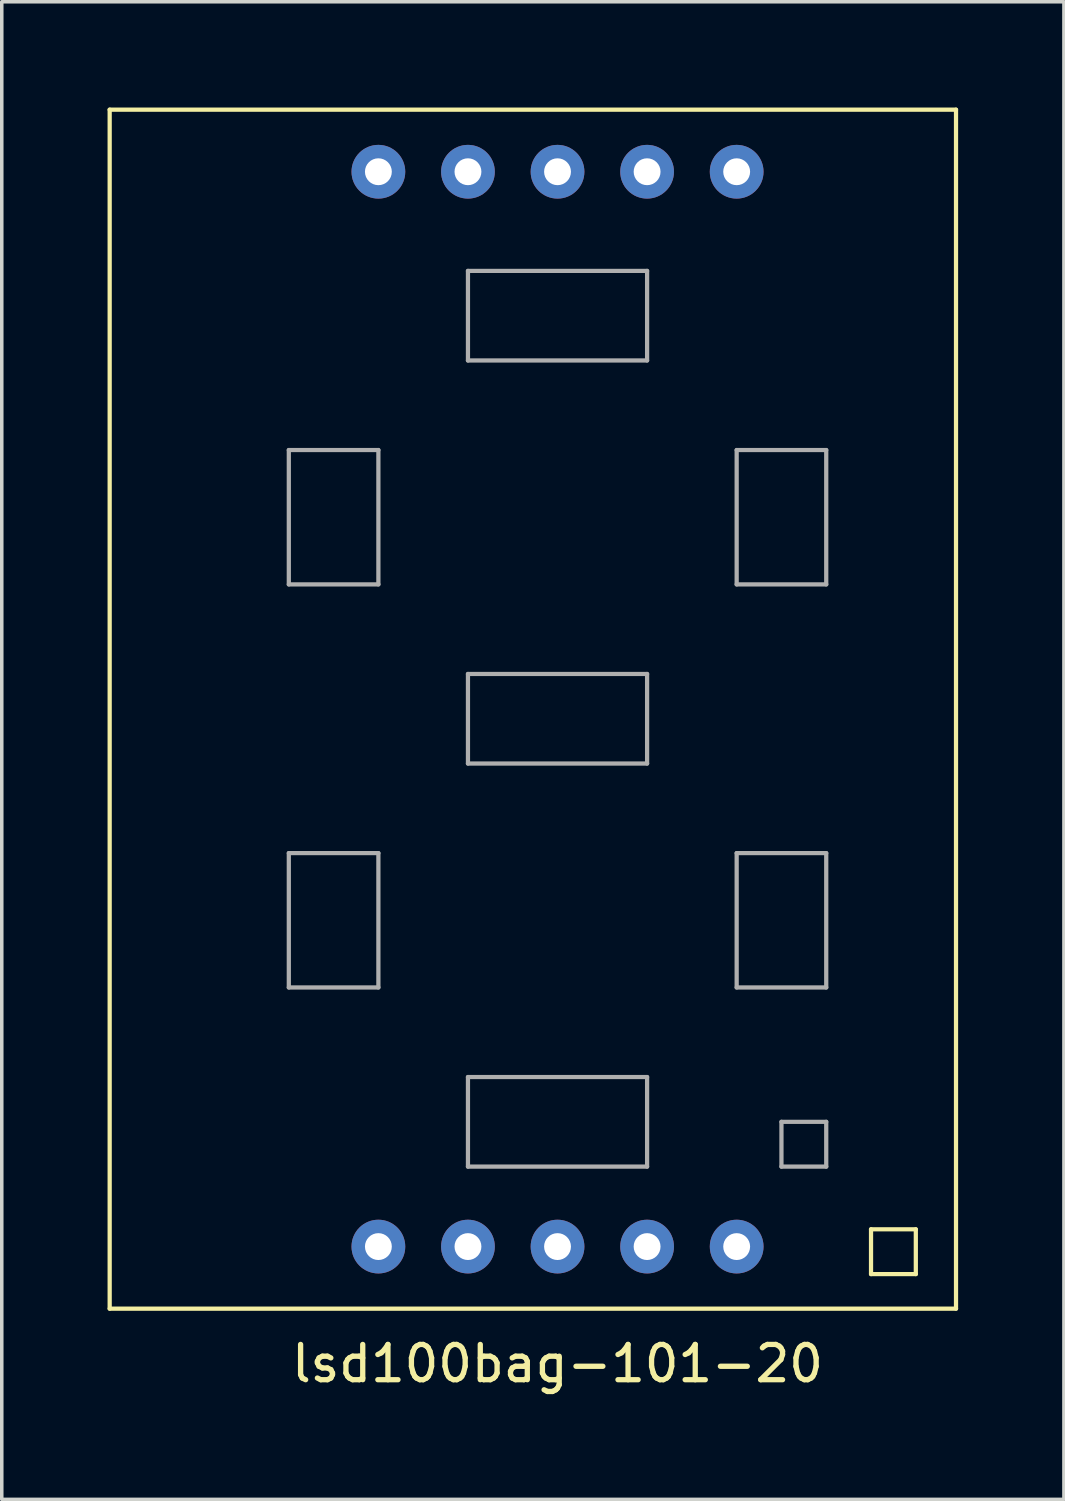
<source format=kicad_pcb>
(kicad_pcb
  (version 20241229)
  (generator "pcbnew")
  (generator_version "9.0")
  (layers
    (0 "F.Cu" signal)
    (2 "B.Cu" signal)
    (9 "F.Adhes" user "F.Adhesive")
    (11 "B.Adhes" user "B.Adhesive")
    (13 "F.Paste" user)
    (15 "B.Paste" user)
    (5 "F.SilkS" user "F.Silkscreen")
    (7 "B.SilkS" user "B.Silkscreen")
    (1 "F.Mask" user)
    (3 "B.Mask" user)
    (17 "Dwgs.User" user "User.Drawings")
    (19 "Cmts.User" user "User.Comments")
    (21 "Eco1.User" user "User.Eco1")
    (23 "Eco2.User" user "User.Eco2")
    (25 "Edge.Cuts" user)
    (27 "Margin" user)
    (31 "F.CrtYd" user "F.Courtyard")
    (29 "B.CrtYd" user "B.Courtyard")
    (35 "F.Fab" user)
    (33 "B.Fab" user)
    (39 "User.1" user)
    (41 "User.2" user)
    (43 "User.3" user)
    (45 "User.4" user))
  (footprint "lsd100bag-101-20"
    (layer "F.Cu")
    (at 12.76 17.332)
    (property "Reference" "lsd100bag-101-20" (at 0 18.288 0) (layer "F.SilkS") (effects (font (size 1 1) (thickness 0.15))))
    (attr through_hole)
    (fp_line (start -12.7 -17.272) (end -12.7 16.728) (stroke (width 0.12) (type solid)) (layer "F.SilkS"))
    (fp_line (start -12.7 -17.272) (end 11.3 -17.272) (stroke (width 0.12) (type solid)) (layer "F.SilkS"))
    (fp_line (start -12.7 16.728) (end 11.3 16.728) (stroke (width 0.12) (type solid)) (layer "F.SilkS"))
    (fp_line (start 8.89 14.478) (end 10.16 14.478) (stroke (width 0.12) (type solid)) (layer "F.SilkS"))
    (fp_line (start 8.89 15.748) (end 8.89 14.478) (stroke (width 0.12) (type solid)) (layer "F.SilkS"))
    (fp_line (start 10.16 14.478) (end 10.16 15.748) (stroke (width 0.12) (type solid)) (layer "F.SilkS"))
    (fp_line (start 10.16 15.748) (end 8.89 15.748) (stroke (width 0.12) (type solid)) (layer "F.SilkS"))
    (fp_line (start 11.3 -17.272) (end 11.3 16.728) (stroke (width 0.12) (type solid)) (layer "F.SilkS"))
    (fp_line (start -7.62 -7.62) (end -5.08 -7.62) (stroke (width 0.12) (type solid)) (layer "F.Fab"))
    (fp_line (start -7.62 -3.81) (end -7.62 -7.62) (stroke (width 0.12) (type solid)) (layer "F.Fab"))
    (fp_line (start -7.62 3.81) (end -5.08 3.81) (stroke (width 0.12) (type solid)) (layer "F.Fab"))
    (fp_line (start -7.62 7.62) (end -7.62 3.81) (stroke (width 0.12) (type solid)) (layer "F.Fab"))
    (fp_line (start -5.08 -7.62) (end -5.08 -3.81) (stroke (width 0.12) (type solid)) (layer "F.Fab"))
    (fp_line (start -5.08 -3.81) (end -7.62 -3.81) (stroke (width 0.12) (type solid)) (layer "F.Fab"))
    (fp_line (start -5.08 3.81) (end -5.08 7.62) (stroke (width 0.12) (type solid)) (layer "F.Fab"))
    (fp_line (start -5.08 7.62) (end -7.62 7.62) (stroke (width 0.12) (type solid)) (layer "F.Fab"))
    (fp_line (start -2.54 -12.7) (end -2.54 -10.16) (stroke (width 0.12) (type solid)) (layer "F.Fab"))
    (fp_line (start -2.54 -10.16) (end 2.54 -10.16) (stroke (width 0.12) (type solid)) (layer "F.Fab"))
    (fp_line (start -2.54 -1.27) (end -2.54 1.27) (stroke (width 0.12) (type solid)) (layer "F.Fab"))
    (fp_line (start -2.54 1.27) (end 2.54 1.27) (stroke (width 0.12) (type solid)) (layer "F.Fab"))
    (fp_line (start -2.54 10.16) (end -2.54 12.7) (stroke (width 0.12) (type solid)) (layer "F.Fab"))
    (fp_line (start -2.54 12.7) (end 2.54 12.7) (stroke (width 0.12) (type solid)) (layer "F.Fab"))
    (fp_line (start 2.54 -12.7) (end -2.54 -12.7) (stroke (width 0.12) (type solid)) (layer "F.Fab"))
    (fp_line (start 2.54 -10.16) (end 2.54 -12.7) (stroke (width 0.12) (type solid)) (layer "F.Fab"))
    (fp_line (start 2.54 -1.27) (end -2.54 -1.27) (stroke (width 0.12) (type solid)) (layer "F.Fab"))
    (fp_line (start 2.54 1.27) (end 2.54 -1.27) (stroke (width 0.12) (type solid)) (layer "F.Fab"))
    (fp_line (start 2.54 10.16) (end -2.54 10.16) (stroke (width 0.12) (type solid)) (layer "F.Fab"))
    (fp_line (start 2.54 12.7) (end 2.54 10.16) (stroke (width 0.12) (type solid)) (layer "F.Fab"))
    (fp_line (start 5.08 -7.62) (end 7.62 -7.62) (stroke (width 0.12) (type solid)) (layer "F.Fab"))
    (fp_line (start 5.08 -3.81) (end 5.08 -7.62) (stroke (width 0.12) (type solid)) (layer "F.Fab"))
    (fp_line (start 5.08 3.81) (end 7.62 3.81) (stroke (width 0.12) (type solid)) (layer "F.Fab"))
    (fp_line (start 5.08 7.62) (end 5.08 3.81) (stroke (width 0.12) (type solid)) (layer "F.Fab"))
    (fp_line (start 6.35 11.43) (end 6.35 12.7) (stroke (width 0.12) (type solid)) (layer "F.Fab"))
    (fp_line (start 6.35 12.7) (end 7.62 12.7) (stroke (width 0.12) (type solid)) (layer "F.Fab"))
    (fp_line (start 7.62 -7.62) (end 7.62 -3.81) (stroke (width 0.12) (type solid)) (layer "F.Fab"))
    (fp_line (start 7.62 -3.81) (end 5.08 -3.81) (stroke (width 0.12) (type solid)) (layer "F.Fab"))
    (fp_line (start 7.62 3.81) (end 7.62 7.62) (stroke (width 0.12) (type solid)) (layer "F.Fab"))
    (fp_line (start 7.62 7.62) (end 5.08 7.62) (stroke (width 0.12) (type solid)) (layer "F.Fab"))
    (fp_line (start 7.62 11.43) (end 6.35 11.43) (stroke (width 0.12) (type solid)) (layer "F.Fab"))
    (fp_line (start 7.62 12.7) (end 7.62 11.43) (stroke (width 0.12) (type solid)) (layer "F.Fab"))
    (pad "1" thru_hole circle (at -5.08 14.968) (size 1.524 1.524) (drill 0.762) (layers "*.Cu" "*.Mask"))
    (pad "2" thru_hole circle (at -2.54 14.968) (size 1.524 1.524) (drill 0.762) (layers "*.Cu" "*.Mask"))
    (pad "3" thru_hole circle (at 0 14.968) (size 1.524 1.524) (drill 0.762) (layers "*.Cu" "*.Mask"))
    (pad "4" thru_hole circle (at 2.54 14.968) (size 1.524 1.524) (drill 0.762) (layers "*.Cu" "*.Mask"))
    (pad "5" thru_hole circle (at 5.08 14.968) (size 1.524 1.524) (drill 0.762) (layers "*.Cu" "*.Mask"))
    (pad "6" thru_hole circle (at 5.08 -15.512) (size 1.524 1.524) (drill 0.762) (layers "*.Cu" "*.Mask"))
    (pad "7" thru_hole circle (at 2.54 -15.512) (size 1.524 1.524) (drill 0.762) (layers "*.Cu" "*.Mask"))
    (pad "8" thru_hole circle (at 0 -15.512) (size 1.524 1.524) (drill 0.762) (layers "*.Cu" "*.Mask"))
    (pad "9" thru_hole circle (at -2.54 -15.512) (size 1.524 1.524) (drill 0.762) (layers "*.Cu" "*.Mask"))
    (pad "10" thru_hole circle (at -5.08 -15.512) (size 1.524 1.524) (drill 0.762) (layers "*.Cu" "*.Mask")))
  (gr_rect
    (start -3 -3)
    (end 27.12 39.468)
    (stroke (width 0.1) (type default))
    (fill no)
    (layer "Edge.Cuts")))
</source>
